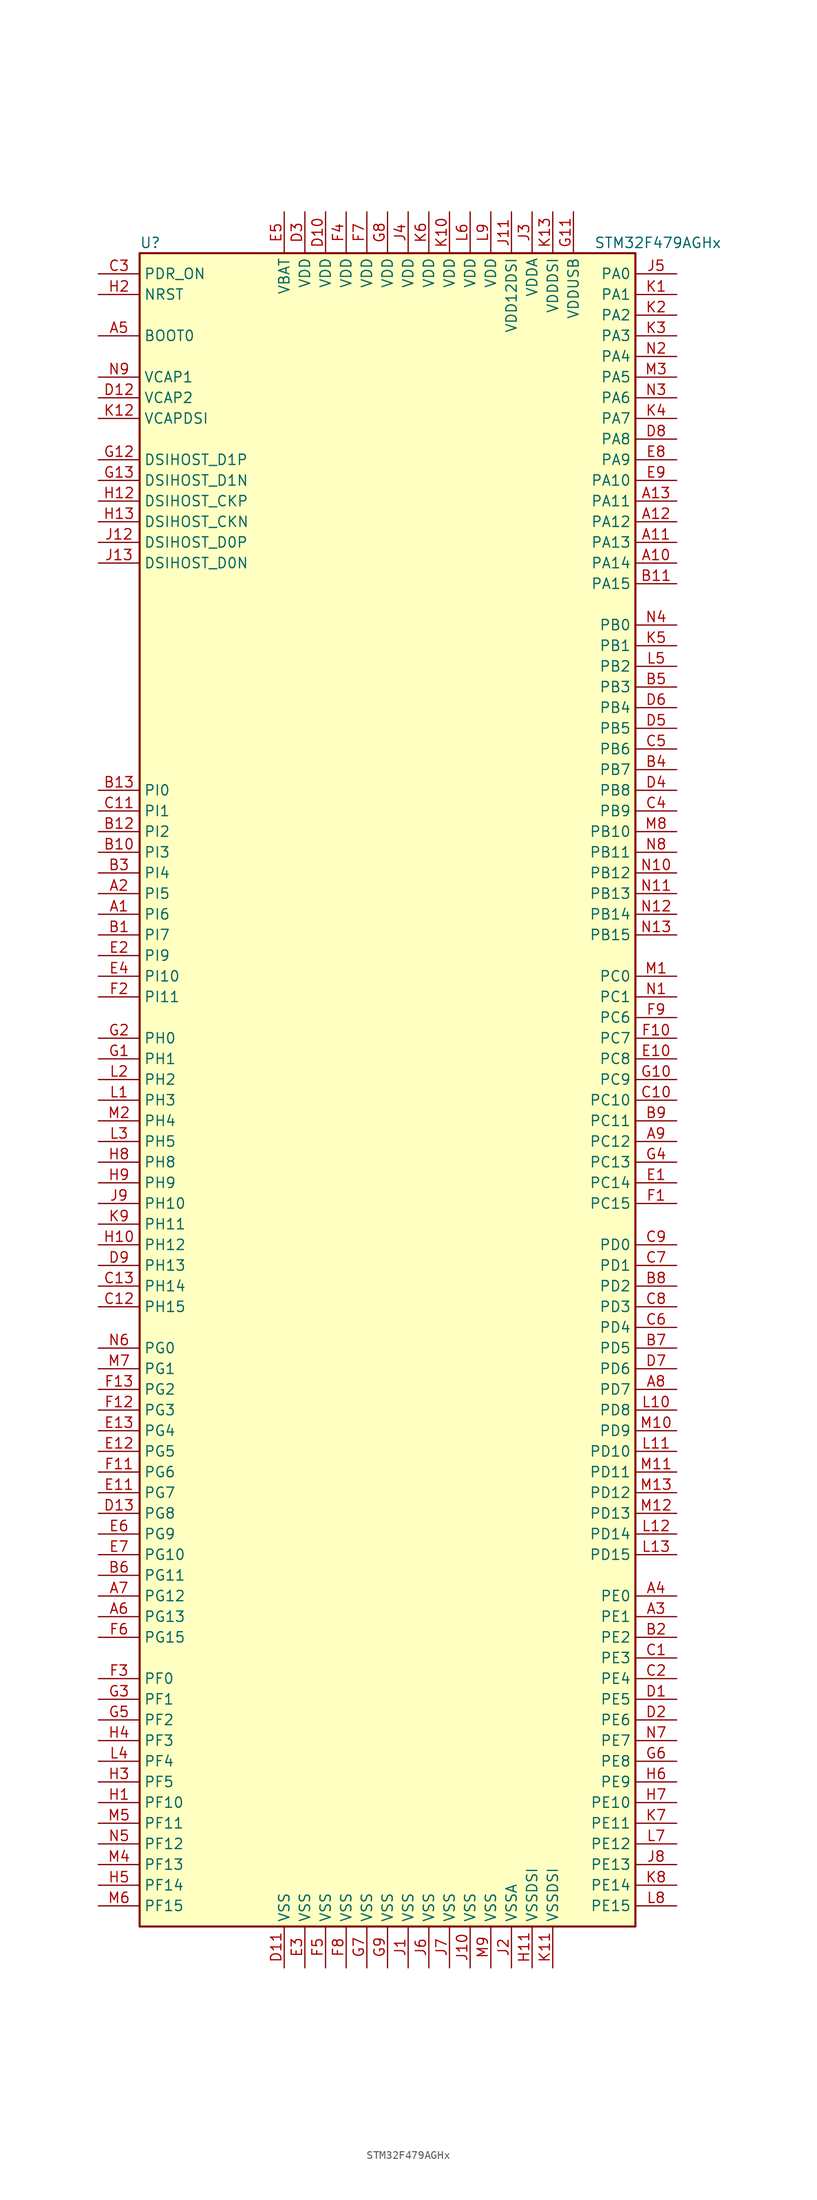
<source format=kicad_sym>
(kicad_symbol_lib
  (version 20201005)
  (generator kicad_symbol_editor)
  (symbol "MCU_ST_STM32F4:STM32F479AGHx"
    (property "Reference" "U"
      (at -30.48 102.87 0)
      (effects (font (size 1.27 1.27)) (justify left)))
    (property "Value" "STM32F479AGHx"
      (at 25.4 102.87 0)
      (effects (font (size 1.27 1.27)) (justify left)))
    (symbol "STM32F479AGHx_0_1"
      (rectangle (start -30.48 -104.14) (end 30.48 101.6) (stroke (width 0.254)) (fill (type background))))
    (symbol "STM32F479AGHx_1_1"
      (pin input line (at -35.56 91.44 0) (length 5.08) (name "BOOT0" (effects (font (size 1.27 1.27)))) (number "A5" (effects (font (size 1.27 1.27)))))
      (pin bidirectional line (at -35.56 68.58 0) (length 5.08) (name "DSIHOST_CKN" (effects (font (size 1.27 1.27)))) (number "H13" (effects (font (size 1.27 1.27)))))
      (pin bidirectional line (at -35.56 71.12 0) (length 5.08) (name "DSIHOST_CKP" (effects (font (size 1.27 1.27)))) (number "H12" (effects (font (size 1.27 1.27)))))
      (pin bidirectional line (at -35.56 63.5 0) (length 5.08) (name "DSIHOST_D0N" (effects (font (size 1.27 1.27)))) (number "J13" (effects (font (size 1.27 1.27)))))
      (pin bidirectional line (at -35.56 66.04 0) (length 5.08) (name "DSIHOST_D0P" (effects (font (size 1.27 1.27)))) (number "J12" (effects (font (size 1.27 1.27)))))
      (pin bidirectional line (at -35.56 73.66 0) (length 5.08) (name "DSIHOST_D1N" (effects (font (size 1.27 1.27)))) (number "G13" (effects (font (size 1.27 1.27)))))
      (pin bidirectional line (at -35.56 76.2 0) (length 5.08) (name "DSIHOST_D1P" (effects (font (size 1.27 1.27)))) (number "G12" (effects (font (size 1.27 1.27)))))
      (pin input line (at -35.56 96.52 0) (length 5.08) (name "NRST" (effects (font (size 1.27 1.27)))) (number "H2" (effects (font (size 1.27 1.27)))))
      (pin bidirectional line (at 35.56 99.06 180) (length 5.08) (name "PA0" (effects (font (size 1.27 1.27)))) (number "J5" (effects (font (size 1.27 1.27)))))
      (pin bidirectional line (at 35.56 96.52 180) (length 5.08) (name "PA1" (effects (font (size 1.27 1.27)))) (number "K1" (effects (font (size 1.27 1.27)))))
      (pin bidirectional line (at 35.56 73.66 180) (length 5.08) (name "PA10" (effects (font (size 1.27 1.27)))) (number "E9" (effects (font (size 1.27 1.27)))))
      (pin bidirectional line (at 35.56 71.12 180) (length 5.08) (name "PA11" (effects (font (size 1.27 1.27)))) (number "A13" (effects (font (size 1.27 1.27)))))
      (pin bidirectional line (at 35.56 68.58 180) (length 5.08) (name "PA12" (effects (font (size 1.27 1.27)))) (number "A12" (effects (font (size 1.27 1.27)))))
      (pin bidirectional line (at 35.56 66.04 180) (length 5.08) (name "PA13" (effects (font (size 1.27 1.27)))) (number "A11" (effects (font (size 1.27 1.27)))))
      (pin bidirectional line (at 35.56 63.5 180) (length 5.08) (name "PA14" (effects (font (size 1.27 1.27)))) (number "A10" (effects (font (size 1.27 1.27)))))
      (pin bidirectional line (at 35.56 60.96 180) (length 5.08) (name "PA15" (effects (font (size 1.27 1.27)))) (number "B11" (effects (font (size 1.27 1.27)))))
      (pin bidirectional line (at 35.56 93.98 180) (length 5.08) (name "PA2" (effects (font (size 1.27 1.27)))) (number "K2" (effects (font (size 1.27 1.27)))))
      (pin bidirectional line (at 35.56 91.44 180) (length 5.08) (name "PA3" (effects (font (size 1.27 1.27)))) (number "K3" (effects (font (size 1.27 1.27)))))
      (pin bidirectional line (at 35.56 88.9 180) (length 5.08) (name "PA4" (effects (font (size 1.27 1.27)))) (number "N2" (effects (font (size 1.27 1.27)))))
      (pin bidirectional line (at 35.56 86.36 180) (length 5.08) (name "PA5" (effects (font (size 1.27 1.27)))) (number "M3" (effects (font (size 1.27 1.27)))))
      (pin bidirectional line (at 35.56 83.82 180) (length 5.08) (name "PA6" (effects (font (size 1.27 1.27)))) (number "N3" (effects (font (size 1.27 1.27)))))
      (pin bidirectional line (at 35.56 81.28 180) (length 5.08) (name "PA7" (effects (font (size 1.27 1.27)))) (number "K4" (effects (font (size 1.27 1.27)))))
      (pin bidirectional line (at 35.56 78.74 180) (length 5.08) (name "PA8" (effects (font (size 1.27 1.27)))) (number "D8" (effects (font (size 1.27 1.27)))))
      (pin bidirectional line (at 35.56 76.2 180) (length 5.08) (name "PA9" (effects (font (size 1.27 1.27)))) (number "E8" (effects (font (size 1.27 1.27)))))
      (pin bidirectional line (at 35.56 55.88 180) (length 5.08) (name "PB0" (effects (font (size 1.27 1.27)))) (number "N4" (effects (font (size 1.27 1.27)))))
      (pin bidirectional line (at 35.56 53.34 180) (length 5.08) (name "PB1" (effects (font (size 1.27 1.27)))) (number "K5" (effects (font (size 1.27 1.27)))))
      (pin bidirectional line (at 35.56 30.48 180) (length 5.08) (name "PB10" (effects (font (size 1.27 1.27)))) (number "M8" (effects (font (size 1.27 1.27)))))
      (pin bidirectional line (at 35.56 27.94 180) (length 5.08) (name "PB11" (effects (font (size 1.27 1.27)))) (number "N8" (effects (font (size 1.27 1.27)))))
      (pin bidirectional line (at 35.56 25.4 180) (length 5.08) (name "PB12" (effects (font (size 1.27 1.27)))) (number "N10" (effects (font (size 1.27 1.27)))))
      (pin bidirectional line (at 35.56 22.86 180) (length 5.08) (name "PB13" (effects (font (size 1.27 1.27)))) (number "N11" (effects (font (size 1.27 1.27)))))
      (pin bidirectional line (at 35.56 20.32 180) (length 5.08) (name "PB14" (effects (font (size 1.27 1.27)))) (number "N12" (effects (font (size 1.27 1.27)))))
      (pin bidirectional line (at 35.56 17.78 180) (length 5.08) (name "PB15" (effects (font (size 1.27 1.27)))) (number "N13" (effects (font (size 1.27 1.27)))))
      (pin bidirectional line (at 35.56 50.8 180) (length 5.08) (name "PB2" (effects (font (size 1.27 1.27)))) (number "L5" (effects (font (size 1.27 1.27)))))
      (pin bidirectional line (at 35.56 48.26 180) (length 5.08) (name "PB3" (effects (font (size 1.27 1.27)))) (number "B5" (effects (font (size 1.27 1.27)))))
      (pin bidirectional line (at 35.56 45.72 180) (length 5.08) (name "PB4" (effects (font (size 1.27 1.27)))) (number "D6" (effects (font (size 1.27 1.27)))))
      (pin bidirectional line (at 35.56 43.18 180) (length 5.08) (name "PB5" (effects (font (size 1.27 1.27)))) (number "D5" (effects (font (size 1.27 1.27)))))
      (pin bidirectional line (at 35.56 40.64 180) (length 5.08) (name "PB6" (effects (font (size 1.27 1.27)))) (number "C5" (effects (font (size 1.27 1.27)))))
      (pin bidirectional line (at 35.56 38.1 180) (length 5.08) (name "PB7" (effects (font (size 1.27 1.27)))) (number "B4" (effects (font (size 1.27 1.27)))))
      (pin bidirectional line (at 35.56 35.56 180) (length 5.08) (name "PB8" (effects (font (size 1.27 1.27)))) (number "D4" (effects (font (size 1.27 1.27)))))
      (pin bidirectional line (at 35.56 33.02 180) (length 5.08) (name "PB9" (effects (font (size 1.27 1.27)))) (number "C4" (effects (font (size 1.27 1.27)))))
      (pin bidirectional line (at 35.56 12.7 180) (length 5.08) (name "PC0" (effects (font (size 1.27 1.27)))) (number "M1" (effects (font (size 1.27 1.27)))))
      (pin bidirectional line (at 35.56 10.16 180) (length 5.08) (name "PC1" (effects (font (size 1.27 1.27)))) (number "N1" (effects (font (size 1.27 1.27)))))
      (pin bidirectional line (at 35.56 -2.54 180) (length 5.08) (name "PC10" (effects (font (size 1.27 1.27)))) (number "C10" (effects (font (size 1.27 1.27)))))
      (pin bidirectional line (at 35.56 -5.08 180) (length 5.08) (name "PC11" (effects (font (size 1.27 1.27)))) (number "B9" (effects (font (size 1.27 1.27)))))
      (pin bidirectional line (at 35.56 -7.62 180) (length 5.08) (name "PC12" (effects (font (size 1.27 1.27)))) (number "A9" (effects (font (size 1.27 1.27)))))
      (pin bidirectional line (at 35.56 -10.16 180) (length 5.08) (name "PC13" (effects (font (size 1.27 1.27)))) (number "G4" (effects (font (size 1.27 1.27)))))
      (pin bidirectional line (at 35.56 -12.7 180) (length 5.08) (name "PC14" (effects (font (size 1.27 1.27)))) (number "E1" (effects (font (size 1.27 1.27)))))
      (pin bidirectional line (at 35.56 -15.24 180) (length 5.08) (name "PC15" (effects (font (size 1.27 1.27)))) (number "F1" (effects (font (size 1.27 1.27)))))
      (pin bidirectional line (at 35.56 7.62 180) (length 5.08) (name "PC6" (effects (font (size 1.27 1.27)))) (number "F9" (effects (font (size 1.27 1.27)))))
      (pin bidirectional line (at 35.56 5.08 180) (length 5.08) (name "PC7" (effects (font (size 1.27 1.27)))) (number "F10" (effects (font (size 1.27 1.27)))))
      (pin bidirectional line (at 35.56 2.54 180) (length 5.08) (name "PC8" (effects (font (size 1.27 1.27)))) (number "E10" (effects (font (size 1.27 1.27)))))
      (pin bidirectional line (at 35.56 0 180) (length 5.08) (name "PC9" (effects (font (size 1.27 1.27)))) (number "G10" (effects (font (size 1.27 1.27)))))
      (pin bidirectional line (at 35.56 -20.32 180) (length 5.08) (name "PD0" (effects (font (size 1.27 1.27)))) (number "C9" (effects (font (size 1.27 1.27)))))
      (pin bidirectional line (at 35.56 -22.86 180) (length 5.08) (name "PD1" (effects (font (size 1.27 1.27)))) (number "C7" (effects (font (size 1.27 1.27)))))
      (pin bidirectional line (at 35.56 -45.72 180) (length 5.08) (name "PD10" (effects (font (size 1.27 1.27)))) (number "L11" (effects (font (size 1.27 1.27)))))
      (pin bidirectional line (at 35.56 -48.26 180) (length 5.08) (name "PD11" (effects (font (size 1.27 1.27)))) (number "M11" (effects (font (size 1.27 1.27)))))
      (pin bidirectional line (at 35.56 -50.8 180) (length 5.08) (name "PD12" (effects (font (size 1.27 1.27)))) (number "M13" (effects (font (size 1.27 1.27)))))
      (pin bidirectional line (at 35.56 -53.34 180) (length 5.08) (name "PD13" (effects (font (size 1.27 1.27)))) (number "M12" (effects (font (size 1.27 1.27)))))
      (pin bidirectional line (at 35.56 -55.88 180) (length 5.08) (name "PD14" (effects (font (size 1.27 1.27)))) (number "L12" (effects (font (size 1.27 1.27)))))
      (pin bidirectional line (at 35.56 -58.42 180) (length 5.08) (name "PD15" (effects (font (size 1.27 1.27)))) (number "L13" (effects (font (size 1.27 1.27)))))
      (pin bidirectional line (at 35.56 -25.4 180) (length 5.08) (name "PD2" (effects (font (size 1.27 1.27)))) (number "B8" (effects (font (size 1.27 1.27)))))
      (pin bidirectional line (at 35.56 -27.94 180) (length 5.08) (name "PD3" (effects (font (size 1.27 1.27)))) (number "C8" (effects (font (size 1.27 1.27)))))
      (pin bidirectional line (at 35.56 -30.48 180) (length 5.08) (name "PD4" (effects (font (size 1.27 1.27)))) (number "C6" (effects (font (size 1.27 1.27)))))
      (pin bidirectional line (at 35.56 -33.02 180) (length 5.08) (name "PD5" (effects (font (size 1.27 1.27)))) (number "B7" (effects (font (size 1.27 1.27)))))
      (pin bidirectional line (at 35.56 -35.56 180) (length 5.08) (name "PD6" (effects (font (size 1.27 1.27)))) (number "D7" (effects (font (size 1.27 1.27)))))
      (pin bidirectional line (at 35.56 -38.1 180) (length 5.08) (name "PD7" (effects (font (size 1.27 1.27)))) (number "A8" (effects (font (size 1.27 1.27)))))
      (pin bidirectional line (at 35.56 -40.64 180) (length 5.08) (name "PD8" (effects (font (size 1.27 1.27)))) (number "L10" (effects (font (size 1.27 1.27)))))
      (pin bidirectional line (at 35.56 -43.18 180) (length 5.08) (name "PD9" (effects (font (size 1.27 1.27)))) (number "M10" (effects (font (size 1.27 1.27)))))
      (pin input line (at -35.56 99.06 0) (length 5.08) (name "PDR_ON" (effects (font (size 1.27 1.27)))) (number "C3" (effects (font (size 1.27 1.27)))))
      (pin bidirectional line (at 35.56 -63.5 180) (length 5.08) (name "PE0" (effects (font (size 1.27 1.27)))) (number "A4" (effects (font (size 1.27 1.27)))))
      (pin bidirectional line (at 35.56 -66.04 180) (length 5.08) (name "PE1" (effects (font (size 1.27 1.27)))) (number "A3" (effects (font (size 1.27 1.27)))))
      (pin bidirectional line (at 35.56 -88.9 180) (length 5.08) (name "PE10" (effects (font (size 1.27 1.27)))) (number "H7" (effects (font (size 1.27 1.27)))))
      (pin bidirectional line (at 35.56 -91.44 180) (length 5.08) (name "PE11" (effects (font (size 1.27 1.27)))) (number "K7" (effects (font (size 1.27 1.27)))))
      (pin bidirectional line (at 35.56 -93.98 180) (length 5.08) (name "PE12" (effects (font (size 1.27 1.27)))) (number "L7" (effects (font (size 1.27 1.27)))))
      (pin bidirectional line (at 35.56 -96.52 180) (length 5.08) (name "PE13" (effects (font (size 1.27 1.27)))) (number "J8" (effects (font (size 1.27 1.27)))))
      (pin bidirectional line (at 35.56 -99.06 180) (length 5.08) (name "PE14" (effects (font (size 1.27 1.27)))) (number "K8" (effects (font (size 1.27 1.27)))))
      (pin bidirectional line (at 35.56 -101.6 180) (length 5.08) (name "PE15" (effects (font (size 1.27 1.27)))) (number "L8" (effects (font (size 1.27 1.27)))))
      (pin bidirectional line (at 35.56 -68.58 180) (length 5.08) (name "PE2" (effects (font (size 1.27 1.27)))) (number "B2" (effects (font (size 1.27 1.27)))))
      (pin bidirectional line (at 35.56 -71.12 180) (length 5.08) (name "PE3" (effects (font (size 1.27 1.27)))) (number "C1" (effects (font (size 1.27 1.27)))))
      (pin bidirectional line (at 35.56 -73.66 180) (length 5.08) (name "PE4" (effects (font (size 1.27 1.27)))) (number "C2" (effects (font (size 1.27 1.27)))))
      (pin bidirectional line (at 35.56 -76.2 180) (length 5.08) (name "PE5" (effects (font (size 1.27 1.27)))) (number "D1" (effects (font (size 1.27 1.27)))))
      (pin bidirectional line (at 35.56 -78.74 180) (length 5.08) (name "PE6" (effects (font (size 1.27 1.27)))) (number "D2" (effects (font (size 1.27 1.27)))))
      (pin bidirectional line (at 35.56 -81.28 180) (length 5.08) (name "PE7" (effects (font (size 1.27 1.27)))) (number "N7" (effects (font (size 1.27 1.27)))))
      (pin bidirectional line (at 35.56 -83.82 180) (length 5.08) (name "PE8" (effects (font (size 1.27 1.27)))) (number "G6" (effects (font (size 1.27 1.27)))))
      (pin bidirectional line (at 35.56 -86.36 180) (length 5.08) (name "PE9" (effects (font (size 1.27 1.27)))) (number "H6" (effects (font (size 1.27 1.27)))))
      (pin bidirectional line (at -35.56 -73.66 0) (length 5.08) (name "PF0" (effects (font (size 1.27 1.27)))) (number "F3" (effects (font (size 1.27 1.27)))))
      (pin bidirectional line (at -35.56 -76.2 0) (length 5.08) (name "PF1" (effects (font (size 1.27 1.27)))) (number "G3" (effects (font (size 1.27 1.27)))))
      (pin bidirectional line (at -35.56 -88.9 0) (length 5.08) (name "PF10" (effects (font (size 1.27 1.27)))) (number "H1" (effects (font (size 1.27 1.27)))))
      (pin bidirectional line (at -35.56 -91.44 0) (length 5.08) (name "PF11" (effects (font (size 1.27 1.27)))) (number "M5" (effects (font (size 1.27 1.27)))))
      (pin bidirectional line (at -35.56 -93.98 0) (length 5.08) (name "PF12" (effects (font (size 1.27 1.27)))) (number "N5" (effects (font (size 1.27 1.27)))))
      (pin bidirectional line (at -35.56 -96.52 0) (length 5.08) (name "PF13" (effects (font (size 1.27 1.27)))) (number "M4" (effects (font (size 1.27 1.27)))))
      (pin bidirectional line (at -35.56 -99.06 0) (length 5.08) (name "PF14" (effects (font (size 1.27 1.27)))) (number "H5" (effects (font (size 1.27 1.27)))))
      (pin bidirectional line (at -35.56 -101.6 0) (length 5.08) (name "PF15" (effects (font (size 1.27 1.27)))) (number "M6" (effects (font (size 1.27 1.27)))))
      (pin bidirectional line (at -35.56 -78.74 0) (length 5.08) (name "PF2" (effects (font (size 1.27 1.27)))) (number "G5" (effects (font (size 1.27 1.27)))))
      (pin bidirectional line (at -35.56 -81.28 0) (length 5.08) (name "PF3" (effects (font (size 1.27 1.27)))) (number "H4" (effects (font (size 1.27 1.27)))))
      (pin bidirectional line (at -35.56 -83.82 0) (length 5.08) (name "PF4" (effects (font (size 1.27 1.27)))) (number "L4" (effects (font (size 1.27 1.27)))))
      (pin bidirectional line (at -35.56 -86.36 0) (length 5.08) (name "PF5" (effects (font (size 1.27 1.27)))) (number "H3" (effects (font (size 1.27 1.27)))))
      (pin bidirectional line (at -35.56 -33.02 0) (length 5.08) (name "PG0" (effects (font (size 1.27 1.27)))) (number "N6" (effects (font (size 1.27 1.27)))))
      (pin bidirectional line (at -35.56 -35.56 0) (length 5.08) (name "PG1" (effects (font (size 1.27 1.27)))) (number "M7" (effects (font (size 1.27 1.27)))))
      (pin bidirectional line (at -35.56 -58.42 0) (length 5.08) (name "PG10" (effects (font (size 1.27 1.27)))) (number "E7" (effects (font (size 1.27 1.27)))))
      (pin bidirectional line (at -35.56 -60.96 0) (length 5.08) (name "PG11" (effects (font (size 1.27 1.27)))) (number "B6" (effects (font (size 1.27 1.27)))))
      (pin bidirectional line (at -35.56 -63.5 0) (length 5.08) (name "PG12" (effects (font (size 1.27 1.27)))) (number "A7" (effects (font (size 1.27 1.27)))))
      (pin bidirectional line (at -35.56 -66.04 0) (length 5.08) (name "PG13" (effects (font (size 1.27 1.27)))) (number "A6" (effects (font (size 1.27 1.27)))))
      (pin bidirectional line (at -35.56 -68.58 0) (length 5.08) (name "PG15" (effects (font (size 1.27 1.27)))) (number "F6" (effects (font (size 1.27 1.27)))))
      (pin bidirectional line (at -35.56 -38.1 0) (length 5.08) (name "PG2" (effects (font (size 1.27 1.27)))) (number "F13" (effects (font (size 1.27 1.27)))))
      (pin bidirectional line (at -35.56 -40.64 0) (length 5.08) (name "PG3" (effects (font (size 1.27 1.27)))) (number "F12" (effects (font (size 1.27 1.27)))))
      (pin bidirectional line (at -35.56 -43.18 0) (length 5.08) (name "PG4" (effects (font (size 1.27 1.27)))) (number "E13" (effects (font (size 1.27 1.27)))))
      (pin bidirectional line (at -35.56 -45.72 0) (length 5.08) (name "PG5" (effects (font (size 1.27 1.27)))) (number "E12" (effects (font (size 1.27 1.27)))))
      (pin bidirectional line (at -35.56 -48.26 0) (length 5.08) (name "PG6" (effects (font (size 1.27 1.27)))) (number "F11" (effects (font (size 1.27 1.27)))))
      (pin bidirectional line (at -35.56 -50.8 0) (length 5.08) (name "PG7" (effects (font (size 1.27 1.27)))) (number "E11" (effects (font (size 1.27 1.27)))))
      (pin bidirectional line (at -35.56 -53.34 0) (length 5.08) (name "PG8" (effects (font (size 1.27 1.27)))) (number "D13" (effects (font (size 1.27 1.27)))))
      (pin bidirectional line (at -35.56 -55.88 0) (length 5.08) (name "PG9" (effects (font (size 1.27 1.27)))) (number "E6" (effects (font (size 1.27 1.27)))))
      (pin input line (at -35.56 5.08 0) (length 5.08) (name "PH0" (effects (font (size 1.27 1.27)))) (number "G2" (effects (font (size 1.27 1.27)))))
      (pin input line (at -35.56 2.54 0) (length 5.08) (name "PH1" (effects (font (size 1.27 1.27)))) (number "G1" (effects (font (size 1.27 1.27)))))
      (pin bidirectional line (at -35.56 -15.24 0) (length 5.08) (name "PH10" (effects (font (size 1.27 1.27)))) (number "J9" (effects (font (size 1.27 1.27)))))
      (pin bidirectional line (at -35.56 -17.78 0) (length 5.08) (name "PH11" (effects (font (size 1.27 1.27)))) (number "K9" (effects (font (size 1.27 1.27)))))
      (pin bidirectional line (at -35.56 -20.32 0) (length 5.08) (name "PH12" (effects (font (size 1.27 1.27)))) (number "H10" (effects (font (size 1.27 1.27)))))
      (pin bidirectional line (at -35.56 -22.86 0) (length 5.08) (name "PH13" (effects (font (size 1.27 1.27)))) (number "D9" (effects (font (size 1.27 1.27)))))
      (pin bidirectional line (at -35.56 -25.4 0) (length 5.08) (name "PH14" (effects (font (size 1.27 1.27)))) (number "C13" (effects (font (size 1.27 1.27)))))
      (pin bidirectional line (at -35.56 -27.94 0) (length 5.08) (name "PH15" (effects (font (size 1.27 1.27)))) (number "C12" (effects (font (size 1.27 1.27)))))
      (pin bidirectional line (at -35.56 0 0) (length 5.08) (name "PH2" (effects (font (size 1.27 1.27)))) (number "L2" (effects (font (size 1.27 1.27)))))
      (pin bidirectional line (at -35.56 -2.54 0) (length 5.08) (name "PH3" (effects (font (size 1.27 1.27)))) (number "L1" (effects (font (size 1.27 1.27)))))
      (pin bidirectional line (at -35.56 -5.08 0) (length 5.08) (name "PH4" (effects (font (size 1.27 1.27)))) (number "M2" (effects (font (size 1.27 1.27)))))
      (pin bidirectional line (at -35.56 -7.62 0) (length 5.08) (name "PH5" (effects (font (size 1.27 1.27)))) (number "L3" (effects (font (size 1.27 1.27)))))
      (pin bidirectional line (at -35.56 -10.16 0) (length 5.08) (name "PH8" (effects (font (size 1.27 1.27)))) (number "H8" (effects (font (size 1.27 1.27)))))
      (pin bidirectional line (at -35.56 -12.7 0) (length 5.08) (name "PH9" (effects (font (size 1.27 1.27)))) (number "H9" (effects (font (size 1.27 1.27)))))
      (pin bidirectional line (at -35.56 35.56 0) (length 5.08) (name "PI0" (effects (font (size 1.27 1.27)))) (number "B13" (effects (font (size 1.27 1.27)))))
      (pin bidirectional line (at -35.56 33.02 0) (length 5.08) (name "PI1" (effects (font (size 1.27 1.27)))) (number "C11" (effects (font (size 1.27 1.27)))))
      (pin bidirectional line (at -35.56 12.7 0) (length 5.08) (name "PI10" (effects (font (size 1.27 1.27)))) (number "E4" (effects (font (size 1.27 1.27)))))
      (pin bidirectional line (at -35.56 10.16 0) (length 5.08) (name "PI11" (effects (font (size 1.27 1.27)))) (number "F2" (effects (font (size 1.27 1.27)))))
      (pin bidirectional line (at -35.56 30.48 0) (length 5.08) (name "PI2" (effects (font (size 1.27 1.27)))) (number "B12" (effects (font (size 1.27 1.27)))))
      (pin bidirectional line (at -35.56 27.94 0) (length 5.08) (name "PI3" (effects (font (size 1.27 1.27)))) (number "B10" (effects (font (size 1.27 1.27)))))
      (pin bidirectional line (at -35.56 25.4 0) (length 5.08) (name "PI4" (effects (font (size 1.27 1.27)))) (number "B3" (effects (font (size 1.27 1.27)))))
      (pin bidirectional line (at -35.56 22.86 0) (length 5.08) (name "PI5" (effects (font (size 1.27 1.27)))) (number "A2" (effects (font (size 1.27 1.27)))))
      (pin bidirectional line (at -35.56 20.32 0) (length 5.08) (name "PI6" (effects (font (size 1.27 1.27)))) (number "A1" (effects (font (size 1.27 1.27)))))
      (pin bidirectional line (at -35.56 17.78 0) (length 5.08) (name "PI7" (effects (font (size 1.27 1.27)))) (number "B1" (effects (font (size 1.27 1.27)))))
      (pin bidirectional line (at -35.56 15.24 0) (length 5.08) (name "PI9" (effects (font (size 1.27 1.27)))) (number "E2" (effects (font (size 1.27 1.27)))))
      (pin power_in line (at -12.7 106.68 270) (length 5.08) (name "VBAT" (effects (font (size 1.27 1.27)))) (number "E5" (effects (font (size 1.27 1.27)))))
      (pin power_in line (at -35.56 86.36 0) (length 5.08) (name "VCAP1" (effects (font (size 1.27 1.27)))) (number "N9" (effects (font (size 1.27 1.27)))))
      (pin power_in line (at -35.56 83.82 0) (length 5.08) (name "VCAP2" (effects (font (size 1.27 1.27)))) (number "D12" (effects (font (size 1.27 1.27)))))
      (pin power_in line (at -35.56 81.28 0) (length 5.08) (name "VCAPDSI" (effects (font (size 1.27 1.27)))) (number "K12" (effects (font (size 1.27 1.27)))))
      (pin power_in line (at -7.62 106.68 270) (length 5.08) (name "VDD" (effects (font (size 1.27 1.27)))) (number "D10" (effects (font (size 1.27 1.27)))))
      (pin power_in line (at -10.16 106.68 270) (length 5.08) (name "VDD" (effects (font (size 1.27 1.27)))) (number "D3" (effects (font (size 1.27 1.27)))))
      (pin power_in line (at -5.08 106.68 270) (length 5.08) (name "VDD" (effects (font (size 1.27 1.27)))) (number "F4" (effects (font (size 1.27 1.27)))))
      (pin power_in line (at -2.54 106.68 270) (length 5.08) (name "VDD" (effects (font (size 1.27 1.27)))) (number "F7" (effects (font (size 1.27 1.27)))))
      (pin power_in line (at 0 106.68 270) (length 5.08) (name "VDD" (effects (font (size 1.27 1.27)))) (number "G8" (effects (font (size 1.27 1.27)))))
      (pin power_in line (at 2.54 106.68 270) (length 5.08) (name "VDD" (effects (font (size 1.27 1.27)))) (number "J4" (effects (font (size 1.27 1.27)))))
      (pin power_in line (at 7.62 106.68 270) (length 5.08) (name "VDD" (effects (font (size 1.27 1.27)))) (number "K10" (effects (font (size 1.27 1.27)))))
      (pin power_in line (at 5.08 106.68 270) (length 5.08) (name "VDD" (effects (font (size 1.27 1.27)))) (number "K6" (effects (font (size 1.27 1.27)))))
      (pin power_in line (at 10.16 106.68 270) (length 5.08) (name "VDD" (effects (font (size 1.27 1.27)))) (number "L6" (effects (font (size 1.27 1.27)))))
      (pin power_in line (at 12.7 106.68 270) (length 5.08) (name "VDD" (effects (font (size 1.27 1.27)))) (number "L9" (effects (font (size 1.27 1.27)))))
      (pin power_in line (at 15.24 106.68 270) (length 5.08) (name "VDD12DSI" (effects (font (size 1.27 1.27)))) (number "J11" (effects (font (size 1.27 1.27)))))
      (pin power_in line (at 17.78 106.68 270) (length 5.08) (name "VDDA" (effects (font (size 1.27 1.27)))) (number "J3" (effects (font (size 1.27 1.27)))))
      (pin power_in line (at 20.32 106.68 270) (length 5.08) (name "VDDDSI" (effects (font (size 1.27 1.27)))) (number "K13" (effects (font (size 1.27 1.27)))))
      (pin power_in line (at 22.86 106.68 270) (length 5.08) (name "VDDUSB" (effects (font (size 1.27 1.27)))) (number "G11" (effects (font (size 1.27 1.27)))))
      (pin power_in line (at -12.7 -109.22 90) (length 5.08) (name "VSS" (effects (font (size 1.27 1.27)))) (number "D11" (effects (font (size 1.27 1.27)))))
      (pin power_in line (at -10.16 -109.22 90) (length 5.08) (name "VSS" (effects (font (size 1.27 1.27)))) (number "E3" (effects (font (size 1.27 1.27)))))
      (pin power_in line (at -7.62 -109.22 90) (length 5.08) (name "VSS" (effects (font (size 1.27 1.27)))) (number "F5" (effects (font (size 1.27 1.27)))))
      (pin power_in line (at -5.08 -109.22 90) (length 5.08) (name "VSS" (effects (font (size 1.27 1.27)))) (number "F8" (effects (font (size 1.27 1.27)))))
      (pin power_in line (at -2.54 -109.22 90) (length 5.08) (name "VSS" (effects (font (size 1.27 1.27)))) (number "G7" (effects (font (size 1.27 1.27)))))
      (pin power_in line (at 0 -109.22 90) (length 5.08) (name "VSS" (effects (font (size 1.27 1.27)))) (number "G9" (effects (font (size 1.27 1.27)))))
      (pin power_in line (at 2.54 -109.22 90) (length 5.08) (name "VSS" (effects (font (size 1.27 1.27)))) (number "J1" (effects (font (size 1.27 1.27)))))
      (pin power_in line (at 10.16 -109.22 90) (length 5.08) (name "VSS" (effects (font (size 1.27 1.27)))) (number "J10" (effects (font (size 1.27 1.27)))))
      (pin power_in line (at 5.08 -109.22 90) (length 5.08) (name "VSS" (effects (font (size 1.27 1.27)))) (number "J6" (effects (font (size 1.27 1.27)))))
      (pin power_in line (at 7.62 -109.22 90) (length 5.08) (name "VSS" (effects (font (size 1.27 1.27)))) (number "J7" (effects (font (size 1.27 1.27)))))
      (pin power_in line (at 12.7 -109.22 90) (length 5.08) (name "VSS" (effects (font (size 1.27 1.27)))) (number "M9" (effects (font (size 1.27 1.27)))))
      (pin power_in line (at 15.24 -109.22 90) (length 5.08) (name "VSSA" (effects (font (size 1.27 1.27)))) (number "J2" (effects (font (size 1.27 1.27)))))
      (pin power_in line (at 17.78 -109.22 90) (length 5.08) (name "VSSDSI" (effects (font (size 1.27 1.27)))) (number "H11" (effects (font (size 1.27 1.27)))))
      (pin power_in line (at 20.32 -109.22 90) (length 5.08) (name "VSSDSI" (effects (font (size 1.27 1.27)))) (number "K11" (effects (font (size 1.27 1.27))))))))
</source>
